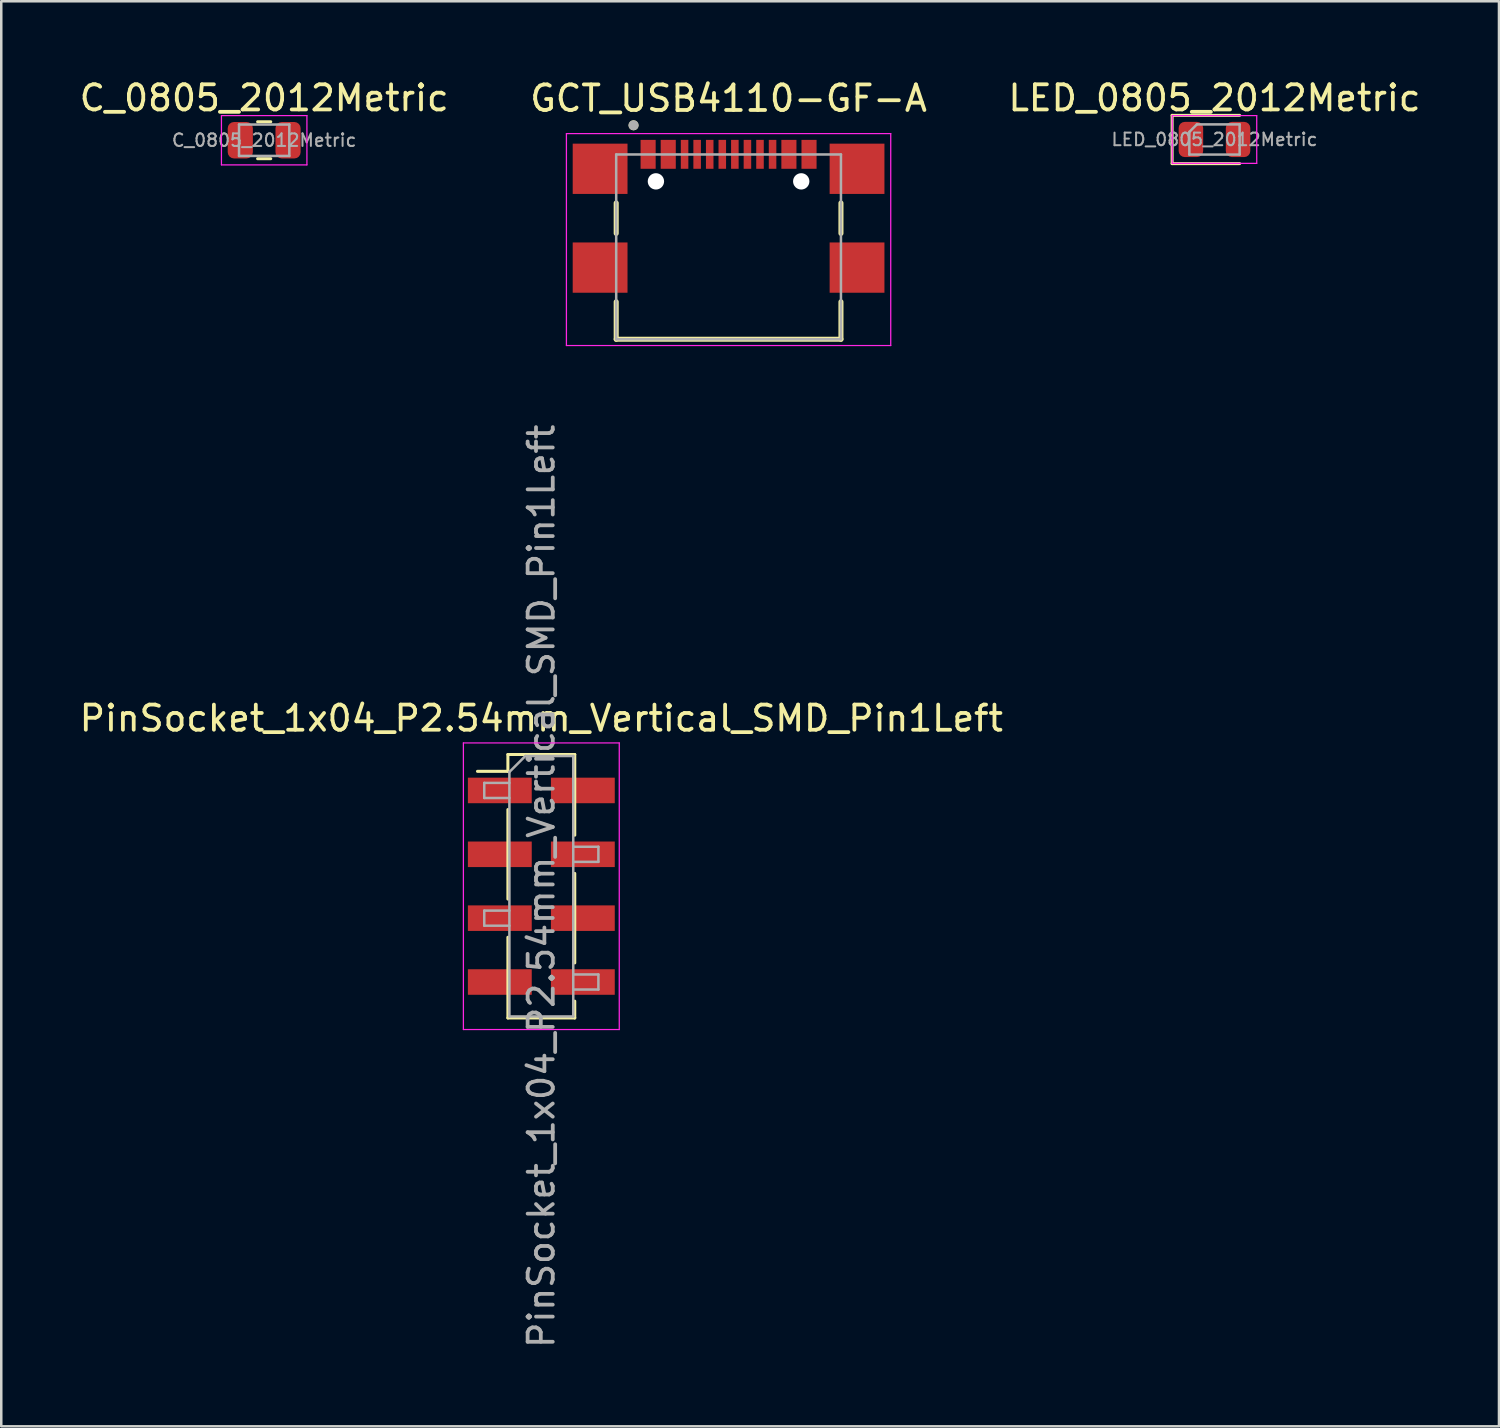
<source format=kicad_pcb>
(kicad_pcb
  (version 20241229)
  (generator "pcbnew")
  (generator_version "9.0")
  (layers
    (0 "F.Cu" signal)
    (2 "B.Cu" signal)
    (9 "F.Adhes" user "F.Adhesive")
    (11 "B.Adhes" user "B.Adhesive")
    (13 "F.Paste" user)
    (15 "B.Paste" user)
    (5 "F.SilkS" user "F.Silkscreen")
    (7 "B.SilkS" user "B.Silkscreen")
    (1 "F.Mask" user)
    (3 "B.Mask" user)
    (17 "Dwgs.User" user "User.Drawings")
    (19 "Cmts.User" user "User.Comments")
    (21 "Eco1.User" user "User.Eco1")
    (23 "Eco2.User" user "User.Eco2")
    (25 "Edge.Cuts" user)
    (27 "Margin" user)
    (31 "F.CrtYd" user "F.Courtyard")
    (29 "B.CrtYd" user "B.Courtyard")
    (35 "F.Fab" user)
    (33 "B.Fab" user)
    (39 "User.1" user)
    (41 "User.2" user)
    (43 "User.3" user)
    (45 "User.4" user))
  (footprint "PinSocket_1x04_P2.54mm_Vertical_SMD_Pin1Left"
    (layer "F.Cu")
    (at 18.482 32.201)
    (property "Reference" "PinSocket_1x04_P2.54mm_Vertical_SMD_Pin1Left" (at 0 -6.68 0) (layer "F.SilkS") (effects (font (size 1 1) (thickness 0.15))))
    (attr smd)
    (fp_line (start -2.54 -4.57) (end -1.33 -4.57) (stroke (width 0.12) (type solid)) (layer "F.SilkS"))
    (fp_line (start -1.33 -5.24) (end -1.33 -4.57) (stroke (width 0.12) (type solid)) (layer "F.SilkS"))
    (fp_line (start -1.33 -5.24) (end 1.33 -5.24) (stroke (width 0.12) (type solid)) (layer "F.SilkS"))
    (fp_line (start -1.33 -3.05) (end -1.33 0.51) (stroke (width 0.12) (type solid)) (layer "F.SilkS"))
    (fp_line (start -1.33 2.03) (end -1.33 5.24) (stroke (width 0.12) (type solid)) (layer "F.SilkS"))
    (fp_line (start -1.33 5.24) (end 1.33 5.24) (stroke (width 0.12) (type solid)) (layer "F.SilkS"))
    (fp_line (start 1.33 -5.24) (end 1.33 -2.03) (stroke (width 0.12) (type solid)) (layer "F.SilkS"))
    (fp_line (start 1.33 -0.51) (end 1.33 3.05) (stroke (width 0.12) (type solid)) (layer "F.SilkS"))
    (fp_line (start 1.33 4.57) (end 1.33 5.24) (stroke (width 0.12) (type solid)) (layer "F.SilkS"))
    (fp_line (start -3.1 -5.7) (end 3.1 -5.7) (stroke (width 0.05) (type solid)) (layer "F.CrtYd"))
    (fp_line (start -3.1 5.7) (end -3.1 -5.7) (stroke (width 0.05) (type solid)) (layer "F.CrtYd"))
    (fp_line (start 3.1 -5.7) (end 3.1 5.7) (stroke (width 0.05) (type solid)) (layer "F.CrtYd"))
    (fp_line (start 3.1 5.7) (end -3.1 5.7) (stroke (width 0.05) (type solid)) (layer "F.CrtYd"))
    (fp_line (start -2.27 -4.11) (end -1.27 -4.11) (stroke (width 0.1) (type solid)) (layer "F.Fab"))
    (fp_line (start -2.27 -3.51) (end -2.27 -4.11) (stroke (width 0.1) (type solid)) (layer "F.Fab"))
    (fp_line (start -2.27 0.97) (end -1.27 0.97) (stroke (width 0.1) (type solid)) (layer "F.Fab"))
    (fp_line (start -2.27 1.57) (end -2.27 0.97) (stroke (width 0.1) (type solid)) (layer "F.Fab"))
    (fp_line (start -1.27 -4.545) (end -0.635 -5.18) (stroke (width 0.1) (type solid)) (layer "F.Fab"))
    (fp_line (start -1.27 -3.51) (end -2.27 -3.51) (stroke (width 0.1) (type solid)) (layer "F.Fab"))
    (fp_line (start -1.27 1.57) (end -2.27 1.57) (stroke (width 0.1) (type solid)) (layer "F.Fab"))
    (fp_line (start -1.27 5.18) (end -1.27 -4.545) (stroke (width 0.1) (type solid)) (layer "F.Fab"))
    (fp_line (start -0.635 -5.18) (end 1.27 -5.18) (stroke (width 0.1) (type solid)) (layer "F.Fab"))
    (fp_line (start 1.27 -5.18) (end 1.27 5.18) (stroke (width 0.1) (type solid)) (layer "F.Fab"))
    (fp_line (start 1.27 -1.57) (end 2.27 -1.57) (stroke (width 0.1) (type solid)) (layer "F.Fab"))
    (fp_line (start 1.27 3.51) (end 2.27 3.51) (stroke (width 0.1) (type solid)) (layer "F.Fab"))
    (fp_line (start 1.27 5.18) (end -1.27 5.18) (stroke (width 0.1) (type solid)) (layer "F.Fab"))
    (fp_line (start 2.27 -1.57) (end 2.27 -0.97) (stroke (width 0.1) (type solid)) (layer "F.Fab"))
    (fp_line (start 2.27 -0.97) (end 1.27 -0.97) (stroke (width 0.1) (type solid)) (layer "F.Fab"))
    (fp_line (start 2.27 3.51) (end 2.27 4.11) (stroke (width 0.1) (type solid)) (layer "F.Fab"))
    (fp_line (start 2.27 4.11) (end 1.27 4.11) (stroke (width 0.1) (type solid)) (layer "F.Fab"))
    (fp_text user "${REFERENCE}" (at 0 0 90) (layer "F.Fab") (effects (font (size 1 1) (thickness 0.15))))
    (pad "1" smd rect (at -1.651 -3.81) (size 2.54 1.016) (layers "F.Cu" "F.Mask" "F.Paste"))
    (pad "1" smd rect (at 1.651 -3.81) (size 2.54 1.016) (layers "F.Cu" "F.Mask" "F.Paste"))
    (pad "2" smd rect (at -1.651 -1.27) (size 2.54 1.016) (layers "F.Cu" "F.Mask" "F.Paste"))
    (pad "2" smd rect (at 1.651 -1.27) (size 2.54 1.016) (layers "F.Cu" "F.Mask" "F.Paste"))
    (pad "3" smd rect (at -1.651 1.27) (size 2.54 1.016) (layers "F.Cu" "F.Mask" "F.Paste"))
    (pad "3" smd rect (at 1.651 1.27) (size 2.54 1.016) (layers "F.Cu" "F.Mask" "F.Paste"))
    (pad "4" smd rect (at -1.651 3.81) (size 2.54 1.016) (layers "F.Cu" "F.Mask" "F.Paste"))
    (pad "4" smd rect (at 1.651 3.81) (size 2.54 1.016) (layers "F.Cu" "F.Mask" "F.Paste")))
  (footprint "GCT_USB4110-GF-A"
    (layer "F.Cu")
    (at 25.93 4.164)
    (property "Reference" "GCT_USB4110-GF-A" (at 0 -3.302 0) (layer "F.SilkS") (effects (font (size 1.016 1.016) (thickness 0.152))))
    (attr through_hole)
    (fp_line (start -4.47 0.86) (end -4.47 2.07) (stroke (width 0.2) (type solid)) (layer "F.SilkS"))
    (fp_line (start -4.47 4.79) (end -4.47 6.28) (stroke (width 0.2) (type solid)) (layer "F.SilkS"))
    (fp_line (start -4.47 6.28) (end 4.47 6.28) (stroke (width 0.2) (type solid)) (layer "F.SilkS"))
    (fp_line (start 4.47 0.86) (end 4.47 2.07) (stroke (width 0.2) (type solid)) (layer "F.SilkS"))
    (fp_line (start 4.47 6.28) (end 4.47 4.79) (stroke (width 0.2) (type solid)) (layer "F.SilkS"))
    (fp_circle (center -3.78 -2.23) (end -3.68 -2.23) (stroke (width 0.2) (type solid)) (fill no) (layer "F.SilkS"))
    (fp_line (start -6.45 -1.9) (end 6.45 -1.9) (stroke (width 0.05) (type solid)) (layer "F.CrtYd"))
    (fp_line (start -6.45 6.53) (end -6.45 -1.9) (stroke (width 0.05) (type solid)) (layer "F.CrtYd"))
    (fp_line (start 6.45 -1.9) (end 6.45 6.53) (stroke (width 0.05) (type solid)) (layer "F.CrtYd"))
    (fp_line (start 6.45 6.53) (end -6.45 6.53) (stroke (width 0.05) (type solid)) (layer "F.CrtYd"))
    (fp_line (start -4.47 -1.07) (end -4.47 6.28) (stroke (width 0.1) (type solid)) (layer "F.Fab"))
    (fp_line (start -4.47 6.28) (end 4.47 6.28) (stroke (width 0.1) (type solid)) (layer "F.Fab"))
    (fp_line (start 4.47 -1.07) (end -4.47 -1.07) (stroke (width 0.1) (type solid)) (layer "F.Fab"))
    (fp_line (start 4.47 6.28) (end 4.47 -1.07) (stroke (width 0.1) (type solid)) (layer "F.Fab"))
    (fp_circle (center -3.78 -2.23) (end -3.68 -2.23) (stroke (width 0.2) (type solid)) (fill no) (layer "F.Fab"))
    (pad "" np_thru_hole circle (at -2.89 0) (size 0.65 0.65) (drill 0.65) (layers "*.Cu" "*.Mask"))
    (pad "" np_thru_hole circle (at 2.89 0) (size 0.65 0.65) (drill 0.65) (layers "*.Cu" "*.Mask"))
    (pad "A1/B12" smd rect (at -3.2 -1.075) (size 0.6 1.15) (layers "F.Cu" "F.Mask" "F.Paste"))
    (pad "A4/B9" smd rect (at -2.4 -1.075) (size 0.6 1.15) (layers "F.Cu" "F.Mask" "F.Paste"))
    (pad "A5" smd rect (at -1.25 -1.075) (size 0.3 1.15) (layers "F.Cu" "F.Mask" "F.Paste"))
    (pad "A6" smd rect (at -0.25 -1.075) (size 0.3 1.15) (layers "F.Cu" "F.Mask" "F.Paste"))
    (pad "A7" smd rect (at 0.25 -1.075) (size 0.3 1.15) (layers "F.Cu" "F.Mask" "F.Paste"))
    (pad "A8" smd rect (at 1.25 -1.075) (size 0.3 1.15) (layers "F.Cu" "F.Mask" "F.Paste"))
    (pad "B1/A12" smd rect (at 3.2 -1.075) (size 0.6 1.15) (layers "F.Cu" "F.Mask" "F.Paste"))
    (pad "B4/A9" smd rect (at 2.4 -1.075) (size 0.6 1.15) (layers "F.Cu" "F.Mask" "F.Paste"))
    (pad "B5" smd rect (at 1.75 -1.075) (size 0.3 1.15) (layers "F.Cu" "F.Mask" "F.Paste"))
    (pad "B6" smd rect (at 0.75 -1.075) (size 0.3 1.15) (layers "F.Cu" "F.Mask" "F.Paste"))
    (pad "B7" smd rect (at -0.75 -1.075) (size 0.3 1.15) (layers "F.Cu" "F.Mask" "F.Paste"))
    (pad "B8" smd rect (at -1.75 -1.075) (size 0.3 1.15) (layers "F.Cu" "F.Mask" "F.Paste"))
    (pad "S1" smd rect (at -5.11 -0.5) (size 2.18 2) (layers "F.Cu" "F.Mask" "F.Paste"))
    (pad "S2" smd rect (at 5.11 -0.5) (size 2.18 2) (layers "F.Cu" "F.Mask" "F.Paste"))
    (pad "S3" smd rect (at -5.11 3.43) (size 2.18 2) (layers "F.Cu" "F.Mask" "F.Paste"))
    (pad "S4" smd rect (at 5.11 3.43) (size 2.18 2) (layers "F.Cu" "F.Mask" "F.Paste")))
  (footprint "C_0805_2012Metric"
    (layer "F.Cu")
    (at 7.458 2.528)
    (property "Reference" "C_0805_2012Metric" (at 0 -1.68 0) (layer "F.SilkS") (effects (font (size 1 1) (thickness 0.15))))
    (attr smd)
    (fp_line (start -0.261 -0.735) (end 0.261 -0.735) (stroke (width 0.12) (type solid)) (layer "F.SilkS"))
    (fp_line (start -0.261 0.735) (end 0.261 0.735) (stroke (width 0.12) (type solid)) (layer "F.SilkS"))
    (fp_line (start -1.7 -0.98) (end 1.7 -0.98) (stroke (width 0.05) (type solid)) (layer "F.CrtYd"))
    (fp_line (start -1.7 0.98) (end -1.7 -0.98) (stroke (width 0.05) (type solid)) (layer "F.CrtYd"))
    (fp_line (start 1.7 -0.98) (end 1.7 0.98) (stroke (width 0.05) (type solid)) (layer "F.CrtYd"))
    (fp_line (start 1.7 0.98) (end -1.7 0.98) (stroke (width 0.05) (type solid)) (layer "F.CrtYd"))
    (fp_line (start -1 -0.625) (end 1 -0.625) (stroke (width 0.1) (type solid)) (layer "F.Fab"))
    (fp_line (start -1 0.625) (end -1 -0.625) (stroke (width 0.1) (type solid)) (layer "F.Fab"))
    (fp_line (start 1 -0.625) (end 1 0.625) (stroke (width 0.1) (type solid)) (layer "F.Fab"))
    (fp_line (start 1 0.625) (end -1 0.625) (stroke (width 0.1) (type solid)) (layer "F.Fab"))
    (fp_text user "${REFERENCE}" (at 0 0 0) (layer "F.Fab") (effects (font (size 0.5 0.5) (thickness 0.08))))
    (pad "1" smd roundrect (at -0.95 0) (size 1 1.45) (layers "F.Cu" "F.Mask" "F.Paste") (roundrect_rratio 0.25))
    (pad "2" smd roundrect (at 0.95 0) (size 1 1.45) (layers "F.Cu" "F.Mask" "F.Paste") (roundrect_rratio 0.25)))
  (footprint "LED_0805_2012Metric"
    (layer "F.Cu")
    (at 45.258 2.498)
    (property "Reference" "LED_0805_2012Metric" (at 0 -1.65 0) (layer "F.SilkS") (effects (font (size 1 1) (thickness 0.15))))
    (attr smd)
    (fp_line (start -1.685 -0.96) (end -1.685 0.96) (stroke (width 0.12) (type solid)) (layer "F.SilkS"))
    (fp_line (start -1.685 0.96) (end 1 0.96) (stroke (width 0.12) (type solid)) (layer "F.SilkS"))
    (fp_line (start 1 -0.96) (end -1.685 -0.96) (stroke (width 0.12) (type solid)) (layer "F.SilkS"))
    (fp_line (start -1.68 -0.95) (end 1.68 -0.95) (stroke (width 0.05) (type solid)) (layer "F.CrtYd"))
    (fp_line (start -1.68 0.95) (end -1.68 -0.95) (stroke (width 0.05) (type solid)) (layer "F.CrtYd"))
    (fp_line (start 1.68 -0.95) (end 1.68 0.95) (stroke (width 0.05) (type solid)) (layer "F.CrtYd"))
    (fp_line (start 1.68 0.95) (end -1.68 0.95) (stroke (width 0.05) (type solid)) (layer "F.CrtYd"))
    (fp_line (start -1 -0.3) (end -1 0.6) (stroke (width 0.1) (type solid)) (layer "F.Fab"))
    (fp_line (start -1 0.6) (end 1 0.6) (stroke (width 0.1) (type solid)) (layer "F.Fab"))
    (fp_line (start -0.7 -0.6) (end -1 -0.3) (stroke (width 0.1) (type solid)) (layer "F.Fab"))
    (fp_line (start 1 -0.6) (end -0.7 -0.6) (stroke (width 0.1) (type solid)) (layer "F.Fab"))
    (fp_line (start 1 0.6) (end 1 -0.6) (stroke (width 0.1) (type solid)) (layer "F.Fab"))
    (fp_text user "${REFERENCE}" (at 0 0 0) (layer "F.Fab") (effects (font (size 0.5 0.5) (thickness 0.08))))
    (pad "1" smd roundrect (at -0.938 0) (size 0.975 1.4) (layers "F.Cu" "F.Mask" "F.Paste") (roundrect_rratio 0.25))
    (pad "2" smd roundrect (at 0.938 0) (size 0.975 1.4) (layers "F.Cu" "F.Mask" "F.Paste") (roundrect_rratio 0.25)))
  (gr_rect
    (start -3 -3)
    (end 56.574 53.683)
    (stroke (width 0.1) (type default))
    (fill no)
    (layer "Edge.Cuts")))
</source>
